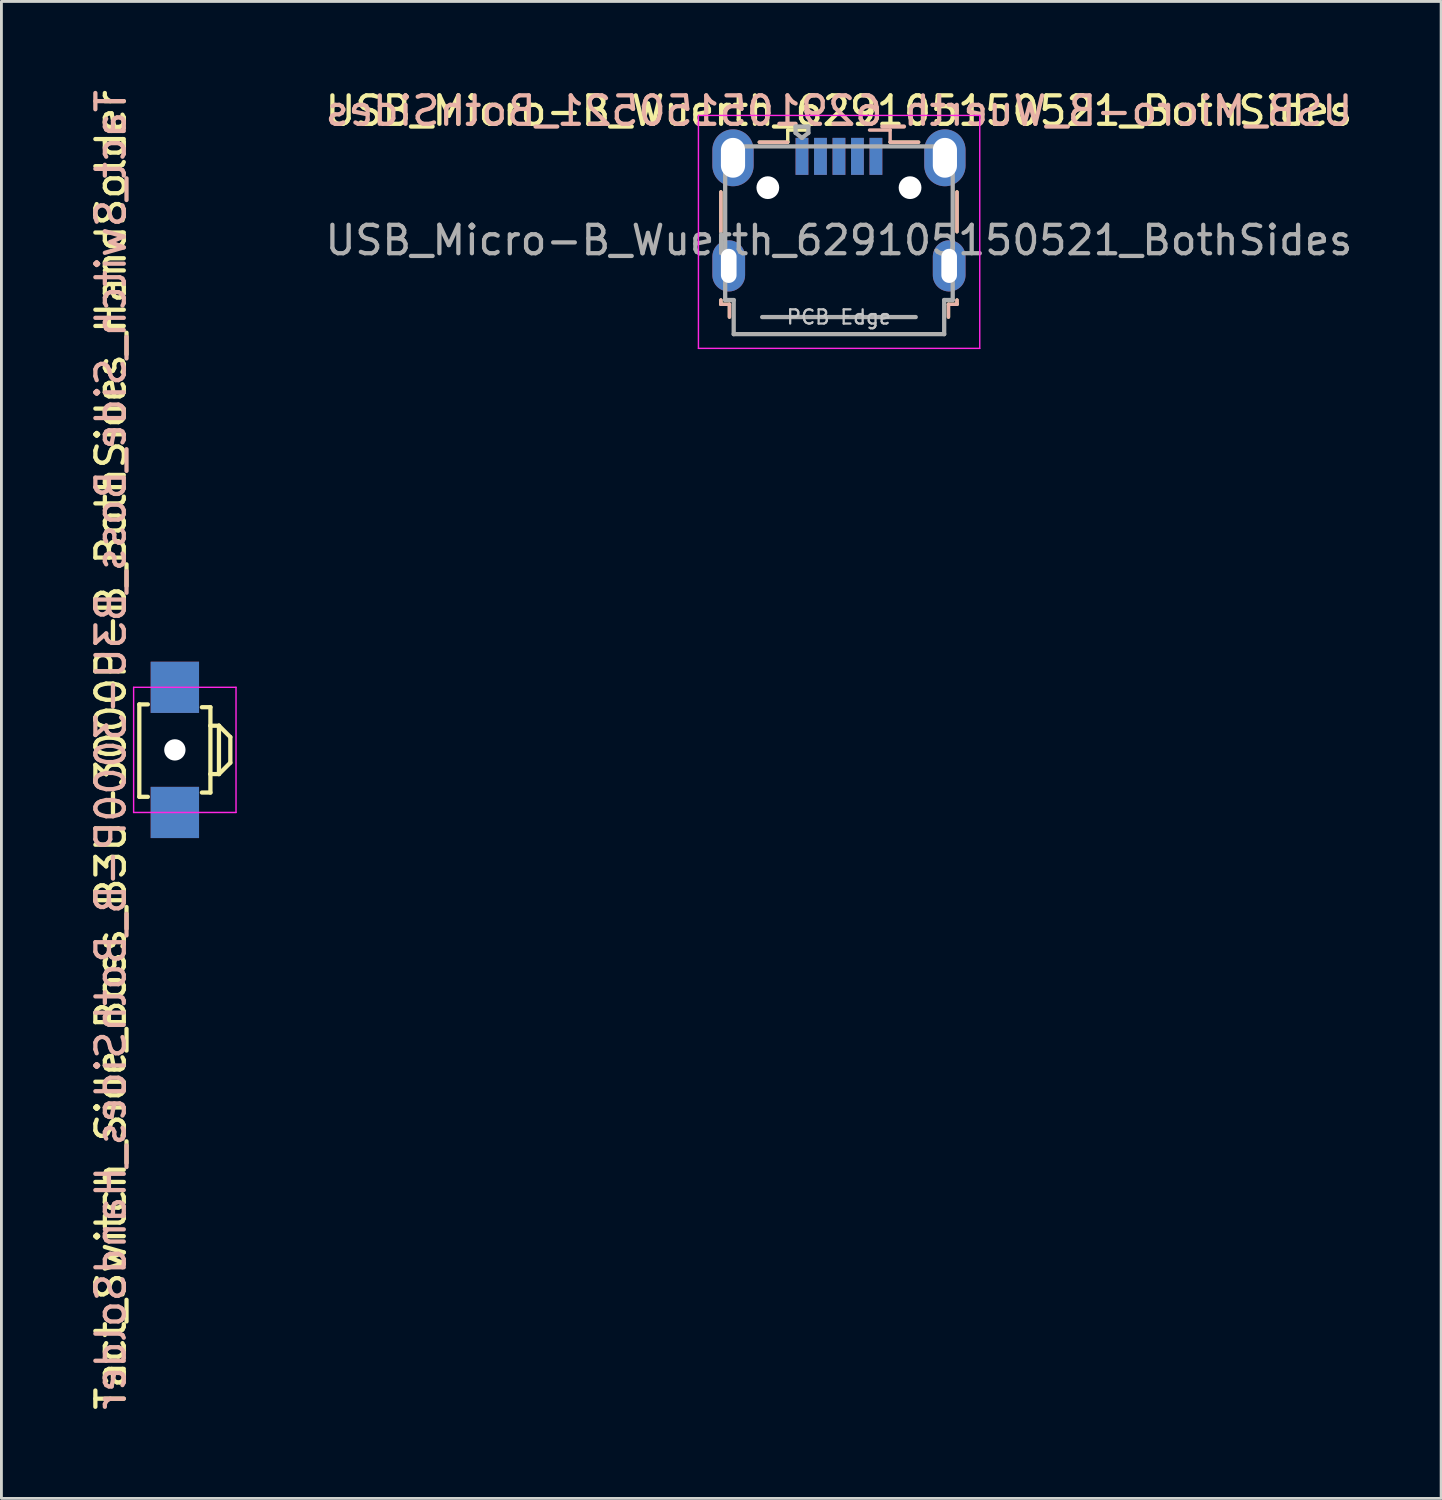
<source format=kicad_pcb>
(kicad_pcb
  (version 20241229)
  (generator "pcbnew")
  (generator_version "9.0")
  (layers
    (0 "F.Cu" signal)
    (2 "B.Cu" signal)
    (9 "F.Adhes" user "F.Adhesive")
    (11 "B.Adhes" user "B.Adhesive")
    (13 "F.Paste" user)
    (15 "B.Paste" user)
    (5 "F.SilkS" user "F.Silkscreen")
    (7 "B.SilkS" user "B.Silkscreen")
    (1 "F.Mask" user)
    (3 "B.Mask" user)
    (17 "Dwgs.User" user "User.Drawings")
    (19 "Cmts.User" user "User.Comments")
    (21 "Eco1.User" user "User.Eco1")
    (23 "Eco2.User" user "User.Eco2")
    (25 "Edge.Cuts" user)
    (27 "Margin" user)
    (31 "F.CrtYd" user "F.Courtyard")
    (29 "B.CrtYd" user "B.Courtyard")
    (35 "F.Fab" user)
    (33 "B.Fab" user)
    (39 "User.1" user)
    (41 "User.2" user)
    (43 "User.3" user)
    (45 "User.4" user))
  (footprint "USB_Micro-B_Wuerth_629105150521_BothSides"
    (layer "F.Cu")
    (at 26.446 4.348)
    (property "Reference" "USB_Micro-B_Wuerth_629105150521_BothSides" (at 0 -3.5 0) (layer "F.SilkS") (effects (font (size 1 1) (thickness 0.15))))
    (attr smd)
    (fp_line (start -4.15 -0.65) (end -4.15 0.75) (stroke (width 0.12) (type solid)) (layer "F.SilkS"))
    (fp_line (start -4.15 3.15) (end -4.15 3.3) (stroke (width 0.12) (type solid)) (layer "F.SilkS"))
    (fp_line (start -4.15 3.3) (end -3.85 3.3) (stroke (width 0.12) (type solid)) (layer "F.SilkS"))
    (fp_line (start -3.85 3.3) (end -3.85 3.75) (stroke (width 0.12) (type solid)) (layer "F.SilkS"))
    (fp_line (start -1.8 -2.825) (end -1.8 -2.4) (stroke (width 0.12) (type solid)) (layer "F.SilkS"))
    (fp_line (start -1.8 -2.4) (end -2.8 -2.4) (stroke (width 0.12) (type solid)) (layer "F.SilkS"))
    (fp_line (start -1.075 -2.825) (end -1.8 -2.825) (stroke (width 0.12) (type solid)) (layer "F.SilkS"))
    (fp_line (start 1.8 -2.4) (end 2.8 -2.4) (stroke (width 0.12) (type solid)) (layer "F.SilkS"))
    (fp_line (start 3.85 3.3) (end 4.15 3.3) (stroke (width 0.12) (type solid)) (layer "F.SilkS"))
    (fp_line (start 3.85 3.75) (end 3.85 3.3) (stroke (width 0.12) (type solid)) (layer "F.SilkS"))
    (fp_line (start 4.15 0.75) (end 4.15 -0.65) (stroke (width 0.12) (type solid)) (layer "F.SilkS"))
    (fp_line (start 4.15 3.3) (end 4.15 3.15) (stroke (width 0.12) (type solid)) (layer "F.SilkS"))
    (fp_line (start -4.15 0.75) (end -4.15 -0.65) (stroke (width 0.12) (type solid)) (layer "B.SilkS"))
    (fp_line (start -4.15 3.15) (end -4.15 3.3) (stroke (width 0.12) (type solid)) (layer "B.SilkS"))
    (fp_line (start -4.15 3.3) (end -3.85 3.3) (stroke (width 0.12) (type solid)) (layer "B.SilkS"))
    (fp_line (start -3.85 3.3) (end -3.85 3.75) (stroke (width 0.12) (type solid)) (layer "B.SilkS"))
    (fp_line (start -1.8 -2.4) (end -2.8 -2.4) (stroke (width 0.12) (type solid)) (layer "B.SilkS"))
    (fp_line (start 1.8 -2.825) (end 1.075 -2.825) (stroke (width 0.12) (type solid)) (layer "B.SilkS"))
    (fp_line (start 1.8 -2.4) (end 1.8 -2.825) (stroke (width 0.12) (type solid)) (layer "B.SilkS"))
    (fp_line (start 2.8 -2.4) (end 1.8 -2.4) (stroke (width 0.12) (type solid)) (layer "B.SilkS"))
    (fp_line (start 3.85 3.3) (end 4.15 3.3) (stroke (width 0.12) (type solid)) (layer "B.SilkS"))
    (fp_line (start 3.85 3.75) (end 3.85 3.3) (stroke (width 0.12) (type solid)) (layer "B.SilkS"))
    (fp_line (start 4.15 -0.65) (end 4.15 0.75) (stroke (width 0.12) (type solid)) (layer "B.SilkS"))
    (fp_line (start 4.15 3.3) (end 4.15 3.15) (stroke (width 0.12) (type solid)) (layer "B.SilkS"))
    (fp_line (start -4.94 -3.34) (end -4.94 4.85) (stroke (width 0.05) (type solid)) (layer "F.CrtYd"))
    (fp_line (start -4.94 4.85) (end 4.95 4.85) (stroke (width 0.05) (type solid)) (layer "F.CrtYd"))
    (fp_line (start 4.95 -3.34) (end -4.94 -3.34) (stroke (width 0.05) (type solid)) (layer "F.CrtYd"))
    (fp_line (start 4.95 4.85) (end 4.95 -3.34) (stroke (width 0.05) (type solid)) (layer "F.CrtYd"))
    (fp_line (start -4 -2.25) (end -4 3.15) (stroke (width 0.15) (type solid)) (layer "F.Fab"))
    (fp_line (start -4 3.15) (end -3.7 3.15) (stroke (width 0.15) (type solid)) (layer "F.Fab"))
    (fp_line (start -3.7 3.15) (end -3.7 4.35) (stroke (width 0.15) (type solid)) (layer "F.Fab"))
    (fp_line (start -3.7 4.35) (end 3.7 4.35) (stroke (width 0.15) (type solid)) (layer "F.Fab"))
    (fp_line (start -2.7 3.75) (end 2.7 3.75) (stroke (width 0.15) (type solid)) (layer "F.Fab"))
    (fp_line (start -1.525 -2.95) (end -1.075 -2.95) (stroke (width 0.15) (type solid)) (layer "F.Fab"))
    (fp_line (start -1.525 -2.725) (end -1.525 -2.95) (stroke (width 0.15) (type solid)) (layer "F.Fab"))
    (fp_line (start -1.3 -2.55) (end -1.525 -2.725) (stroke (width 0.15) (type solid)) (layer "F.Fab"))
    (fp_line (start -1.075 -2.95) (end -1.075 -2.725) (stroke (width 0.15) (type solid)) (layer "F.Fab"))
    (fp_line (start -1.075 -2.725) (end -1.3 -2.55) (stroke (width 0.15) (type solid)) (layer "F.Fab"))
    (fp_line (start 3.7 3.15) (end 4 3.15) (stroke (width 0.15) (type solid)) (layer "F.Fab"))
    (fp_line (start 3.7 4.35) (end 3.7 3.15) (stroke (width 0.15) (type solid)) (layer "F.Fab"))
    (fp_line (start 4 -2.25) (end -4 -2.25) (stroke (width 0.15) (type solid)) (layer "F.Fab"))
    (fp_line (start 4 3.15) (end 4 -2.25) (stroke (width 0.15) (type solid)) (layer "F.Fab"))
    (fp_text user "${REFERENCE}" (at 0 -3.5 0) (layer "B.SilkS") (effects (font (size 1 1) (thickness 0.15)) (justify mirror)))
    (fp_text user "PCB Edge" (at 0 3.75 0) (layer "Dwgs.User") (effects (font (size 0.5 0.5) (thickness 0.08))))
    (fp_text user "${REFERENCE}" (at 0 1.05 0) (layer "F.Fab") (effects (font (size 1 1) (thickness 0.15))))
    (pad "" np_thru_hole oval (at -2.5 -0.8) (size 0.8 0.8) (drill 0.8) (layers "*.Cu" "*.Mask"))
    (pad "" np_thru_hole oval (at 2.5 -0.8) (size 0.8 0.8) (drill 0.8) (layers "*.Cu" "*.Mask"))
    (pad "1" smd rect (at -1.3 -1.9) (size 0.45 1.3) (layers "F.Cu" "F.Mask" "F.Paste"))
    (pad "1" smd rect (at 1.3 -1.9) (size 0.45 1.3) (layers "B.Cu" "B.Mask" "B.Paste"))
    (pad "2" smd rect (at -0.65 -1.9) (size 0.45 1.3) (layers "F.Cu" "F.Mask" "F.Paste"))
    (pad "2" smd rect (at 0.65 -1.9) (size 0.45 1.3) (layers "B.Cu" "B.Mask" "B.Paste"))
    (pad "3" smd rect (at 0 -1.9) (size 0.45 1.3) (layers "F.Cu" "F.Mask" "F.Paste"))
    (pad "3" smd rect (at 0 -1.9) (size 0.45 1.3) (layers "B.Cu" "B.Mask" "B.Paste"))
    (pad "4" smd rect (at -0.65 -1.9) (size 0.45 1.3) (layers "B.Cu" "B.Mask" "B.Paste"))
    (pad "4" smd rect (at 0.65 -1.9) (size 0.45 1.3) (layers "F.Cu" "F.Mask" "F.Paste"))
    (pad "5" smd rect (at -1.3 -1.9) (size 0.45 1.3) (layers "B.Cu" "B.Mask" "B.Paste"))
    (pad "5" smd rect (at 1.3 -1.9) (size 0.45 1.3) (layers "F.Cu" "F.Mask" "F.Paste"))
    (pad "6" thru_hole oval (at -3.875 1.95) (size 1.15 1.8) (drill oval 0.55 1.2) (layers "*.Cu" "*.Mask"))
    (pad "6" thru_hole oval (at -3.725 -1.85) (size 1.45 2) (drill oval 0.85 1.4) (layers "*.Cu" "*.Mask"))
    (pad "6" thru_hole oval (at 3.725 -1.85) (size 1.45 2) (drill oval 0.85 1.4) (layers "*.Cu" "*.Mask"))
    (pad "6" thru_hole oval (at 3.875 1.95) (size 1.15 1.8) (drill oval 0.55 1.2) (layers "*.Cu" "*.Mask")))
  (footprint "Tact_Switch_Side_Boss_B3U-3000P-B_BothSides_HandSolder"
    (layer "F.Cu")
    (at 3.098 23.315)
    (property "Reference" "Tact_Switch_Side_Boss_B3U-3000P-B_BothSides_HandSolder" (at -2.25 0 90) (layer "F.SilkS") (effects (font (size 1 1) (thickness 0.15))))
    (attr through_hole)
    (fp_line (start -1.25 -1.6) (end -1.25 1.65) (stroke (width 0.15) (type solid)) (layer "F.SilkS"))
    (fp_line (start -1.25 -1.6) (end -0.95 -1.6) (stroke (width 0.15) (type solid)) (layer "F.SilkS"))
    (fp_line (start -1.25 1.65) (end -0.95 1.65) (stroke (width 0.15) (type solid)) (layer "F.SilkS"))
    (fp_line (start 1.25 -1.5) (end 0.95 -1.5) (stroke (width 0.15) (type solid)) (layer "F.SilkS"))
    (fp_line (start 1.25 -1.5) (end 1.25 -0.85) (stroke (width 0.15) (type solid)) (layer "F.SilkS"))
    (fp_line (start 1.25 0.85) (end 1.25 -0.85) (stroke (width 0.15) (type solid)) (layer "F.SilkS"))
    (fp_line (start 1.25 0.85) (end 1.55 0.85) (stroke (width 0.15) (type solid)) (layer "F.SilkS"))
    (fp_line (start 1.25 1.5) (end 0.95 1.5) (stroke (width 0.15) (type solid)) (layer "F.SilkS"))
    (fp_line (start 1.25 1.5) (end 1.25 0.85) (stroke (width 0.15) (type solid)) (layer "F.SilkS"))
    (fp_line (start 1.55 -0.85) (end 1.25 -0.85) (stroke (width 0.15) (type solid)) (layer "F.SilkS"))
    (fp_line (start 1.55 -0.85) (end 1.55 0.85) (stroke (width 0.15) (type solid)) (layer "F.SilkS"))
    (fp_line (start 1.55 0.85) (end 1.95 0.45) (stroke (width 0.15) (type solid)) (layer "F.SilkS"))
    (fp_line (start 1.95 -0.45) (end 1.55 -0.85) (stroke (width 0.15) (type solid)) (layer "F.SilkS"))
    (fp_line (start 1.95 0.45) (end 1.95 -0.45) (stroke (width 0.15) (type solid)) (layer "F.SilkS"))
    (fp_line (start -1.45 -2.2) (end 2.15 -2.2) (stroke (width 0.05) (type solid)) (layer "F.CrtYd"))
    (fp_line (start -1.45 2.2) (end -1.45 -2.2) (stroke (width 0.05) (type solid)) (layer "F.CrtYd"))
    (fp_line (start 2.15 -2.2) (end 2.15 2.2) (stroke (width 0.05) (type solid)) (layer "F.CrtYd"))
    (fp_line (start 2.15 2.2) (end -1.45 2.2) (stroke (width 0.05) (type solid)) (layer "F.CrtYd"))
    (fp_text user "${REFERENCE}" (at -2.25 0 90) (layer "B.SilkS") (effects (font (size 1 1) (thickness 0.15)) (justify mirror)))
    (pad "" np_thru_hole circle (at 0 0 270) (size 0.75 0.75) (drill 0.75) (layers "*.Cu"))
    (pad "1" smd rect (at 0 -2.2 270) (size 1.8 1.7) (layers "F.Cu" "F.Mask" "F.Paste"))
    (pad "1" smd rect (at 0 -2.2 270) (size 1.8 1.7) (layers "B.Cu" "B.Mask" "B.Paste"))
    (pad "2" smd rect (at 0 2.2 270) (size 1.8 1.7) (layers "F.Cu" "F.Mask" "F.Paste"))
    (pad "2" smd rect (at 0 2.2 270) (size 1.8 1.7) (layers "B.Cu" "B.Mask" "B.Paste")))
  (gr_rect
    (start -3 -3)
    (end 47.618 49.631)
    (stroke (width 0.1) (type default))
    (fill no)
    (layer "Edge.Cuts")))
</source>
